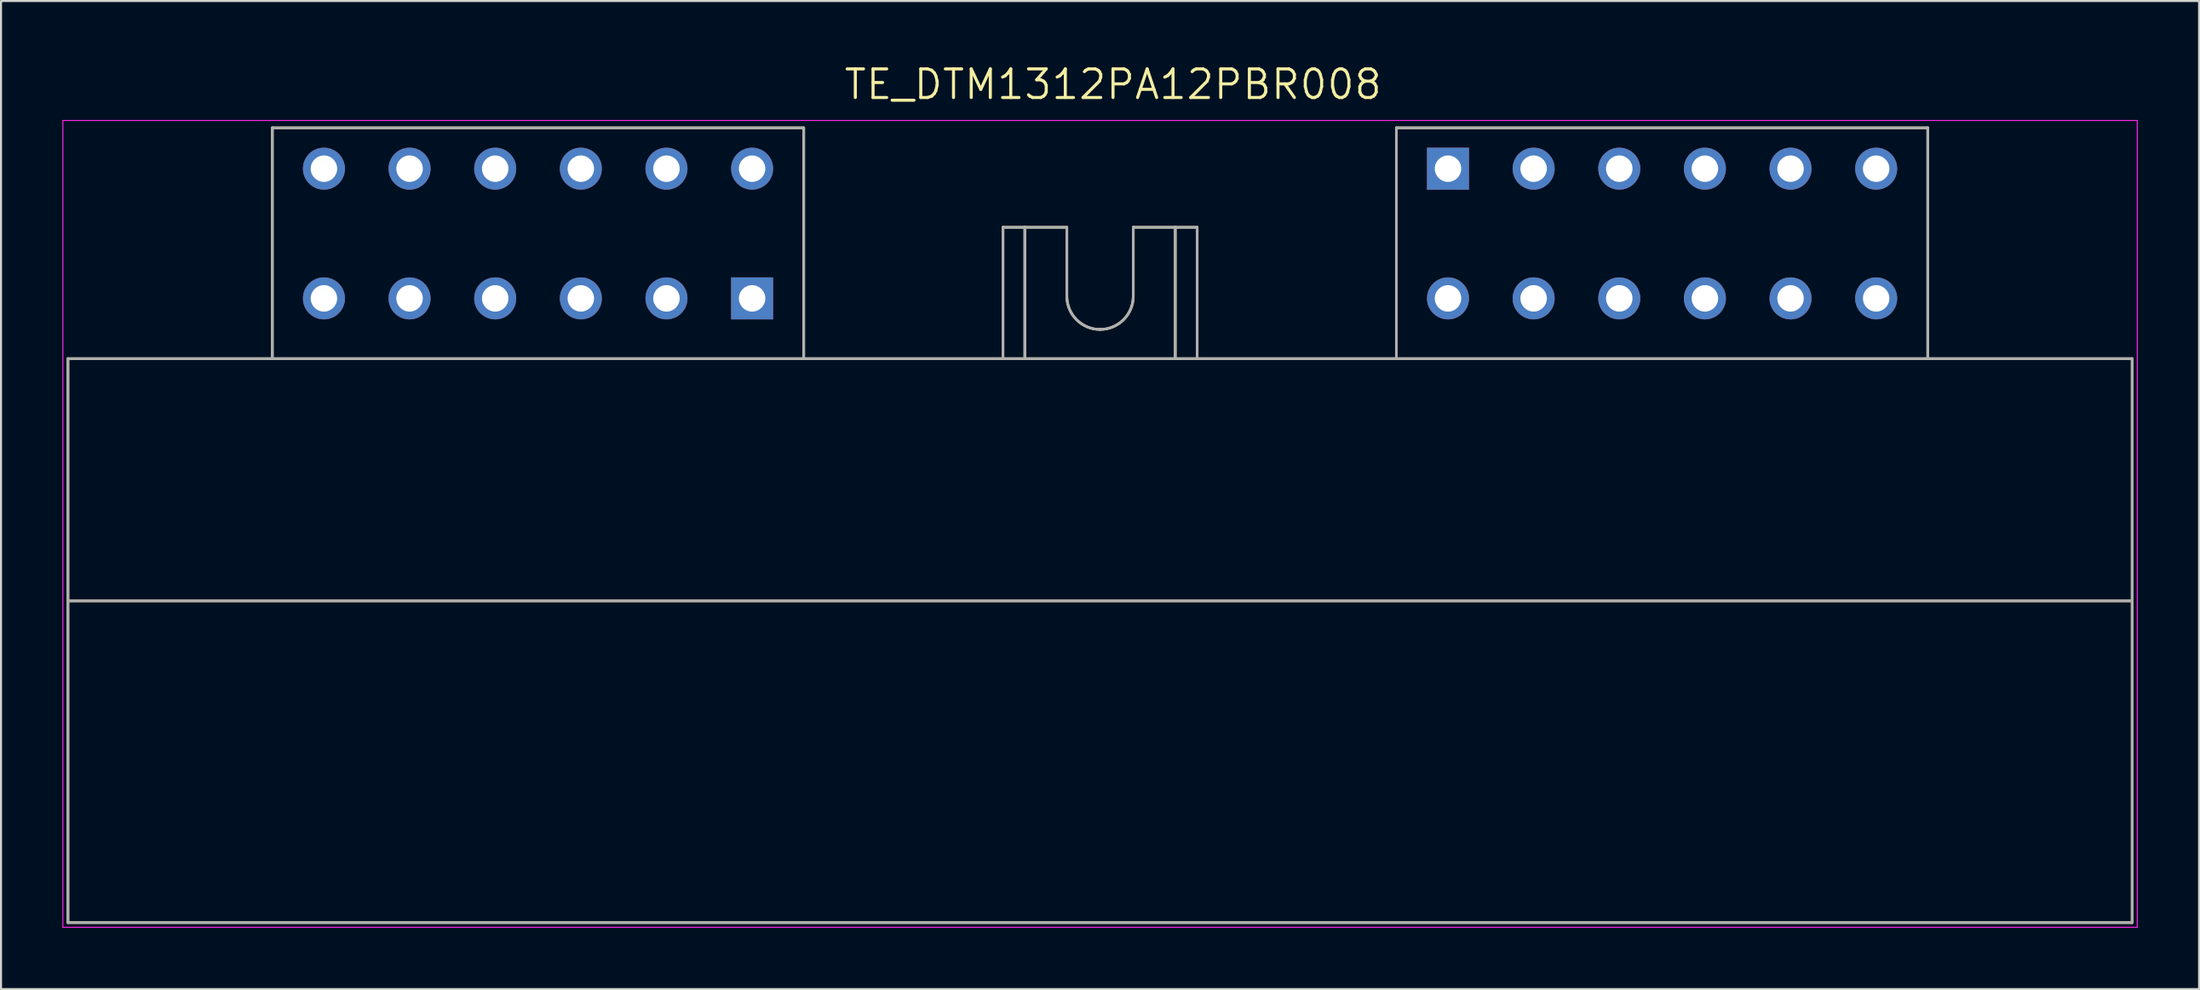
<source format=kicad_pcb>
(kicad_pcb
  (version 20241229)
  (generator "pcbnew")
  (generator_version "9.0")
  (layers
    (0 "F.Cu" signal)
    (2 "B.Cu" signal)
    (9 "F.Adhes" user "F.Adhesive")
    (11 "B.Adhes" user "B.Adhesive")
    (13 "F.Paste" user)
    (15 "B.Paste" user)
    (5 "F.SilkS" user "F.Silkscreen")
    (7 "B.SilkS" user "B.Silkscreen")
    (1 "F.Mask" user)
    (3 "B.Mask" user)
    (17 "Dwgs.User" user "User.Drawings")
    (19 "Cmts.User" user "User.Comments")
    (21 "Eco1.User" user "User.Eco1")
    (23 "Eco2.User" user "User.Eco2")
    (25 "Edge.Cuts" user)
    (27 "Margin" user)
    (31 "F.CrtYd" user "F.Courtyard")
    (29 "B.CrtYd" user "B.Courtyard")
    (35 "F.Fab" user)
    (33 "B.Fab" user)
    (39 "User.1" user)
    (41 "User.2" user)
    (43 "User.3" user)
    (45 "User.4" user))
  (footprint "TE_DTM1312PA12PBR008"
    (layer "F.Cu")
    (at 50.775 9.598)
    (property "Reference" "TE_DTM1312PA12PBR008" (at 0.635 -8.515 0) (layer "F.SilkS") (effects (font (size 1.401 1.401) (thickness 0.15))))
    (attr through_hole)
    (fp_line (start -50.5 4.91) (end -40.5 4.91) (stroke (width 0.127) (type solid)) (layer "F.SilkS"))
    (fp_line (start -50.5 16.77) (end -50.5 4.91) (stroke (width 0.127) (type solid)) (layer "F.SilkS"))
    (fp_line (start -50.5 16.77) (end -50.5 32.52) (stroke (width 0.127) (type solid)) (layer "F.SilkS"))
    (fp_line (start -50.5 32.52) (end 50.5 32.52) (stroke (width 0.127) (type solid)) (layer "F.SilkS"))
    (fp_line (start -40.5 -6.39) (end -14.5 -6.39) (stroke (width 0.127) (type solid)) (layer "F.SilkS"))
    (fp_line (start -40.5 4.91) (end -40.5 -6.39) (stroke (width 0.127) (type solid)) (layer "F.SilkS"))
    (fp_line (start -40.5 4.91) (end -14.5 4.91) (stroke (width 0.127) (type solid)) (layer "F.SilkS"))
    (fp_line (start -14.5 -6.39) (end -14.5 4.91) (stroke (width 0.127) (type solid)) (layer "F.SilkS"))
    (fp_line (start -14.5 4.91) (end -4.75 4.91) (stroke (width 0.127) (type solid)) (layer "F.SilkS"))
    (fp_line (start -4.75 -1.52) (end -3.68 -1.52) (stroke (width 0.127) (type solid)) (layer "F.SilkS"))
    (fp_line (start -4.75 4.91) (end -4.75 -1.52) (stroke (width 0.127) (type solid)) (layer "F.SilkS"))
    (fp_line (start -4.75 4.91) (end -3.68 4.91) (stroke (width 0.127) (type solid)) (layer "F.SilkS"))
    (fp_line (start -3.68 -1.52) (end -1.625 -1.52) (stroke (width 0.127) (type solid)) (layer "F.SilkS"))
    (fp_line (start -3.68 4.91) (end -3.68 -1.52) (stroke (width 0.127) (type solid)) (layer "F.SilkS"))
    (fp_line (start -3.68 4.91) (end 3.68 4.91) (stroke (width 0.127) (type solid)) (layer "F.SilkS"))
    (fp_line (start -1.625 -1.52) (end -1.625 1.855) (stroke (width 0.127) (type solid)) (layer "F.SilkS"))
    (fp_line (start 1.625 -1.52) (end 3.68 -1.52) (stroke (width 0.127) (type solid)) (layer "F.SilkS"))
    (fp_line (start 1.625 1.855) (end 1.625 -1.52) (stroke (width 0.127) (type solid)) (layer "F.SilkS"))
    (fp_line (start 3.68 -1.52) (end 4.75 -1.52) (stroke (width 0.127) (type solid)) (layer "F.SilkS"))
    (fp_line (start 3.68 4.91) (end 3.68 -1.52) (stroke (width 0.127) (type solid)) (layer "F.SilkS"))
    (fp_line (start 3.68 4.91) (end 4.75 4.91) (stroke (width 0.127) (type solid)) (layer "F.SilkS"))
    (fp_line (start 4.75 -1.52) (end 4.75 4.91) (stroke (width 0.127) (type solid)) (layer "F.SilkS"))
    (fp_line (start 4.75 4.91) (end 14.5 4.91) (stroke (width 0.127) (type solid)) (layer "F.SilkS"))
    (fp_line (start 14.5 -6.39) (end 40.5 -6.39) (stroke (width 0.127) (type solid)) (layer "F.SilkS"))
    (fp_line (start 14.5 4.91) (end 14.5 -6.39) (stroke (width 0.127) (type solid)) (layer "F.SilkS"))
    (fp_line (start 14.5 4.91) (end 40.5 4.91) (stroke (width 0.127) (type solid)) (layer "F.SilkS"))
    (fp_line (start 40.5 -6.39) (end 40.5 4.91) (stroke (width 0.127) (type solid)) (layer "F.SilkS"))
    (fp_line (start 40.5 4.91) (end 50.5 4.91) (stroke (width 0.127) (type solid)) (layer "F.SilkS"))
    (fp_line (start 50.5 4.91) (end 50.5 16.77) (stroke (width 0.127) (type solid)) (layer "F.SilkS"))
    (fp_line (start 50.5 16.77) (end -50.5 16.77) (stroke (width 0.127) (type solid)) (layer "F.SilkS"))
    (fp_line (start 50.5 32.52) (end 50.5 16.77) (stroke (width 0.127) (type solid)) (layer "F.SilkS"))
    (fp_arc (start 0 3.48) (mid -1.149049 3.004049) (end -1.625 1.855) (stroke (width 0.127) (type solid)) (layer "F.SilkS"))
    (fp_arc (start 1.625 1.855) (mid 1.149049 3.004049) (end 0 3.48) (stroke (width 0.127) (type solid)) (layer "F.SilkS"))
    (fp_line (start -50.75 -6.75) (end -50.75 32.75) (stroke (width 0.05) (type solid)) (layer "F.CrtYd"))
    (fp_line (start -50.75 32.75) (end 50.75 32.75) (stroke (width 0.05) (type solid)) (layer "F.CrtYd"))
    (fp_line (start 50.75 -6.75) (end -50.75 -6.75) (stroke (width 0.05) (type solid)) (layer "F.CrtYd"))
    (fp_line (start 50.75 32.75) (end 50.75 -6.75) (stroke (width 0.05) (type solid)) (layer "F.CrtYd"))
    (fp_line (start -50.5 4.91) (end -40.5 4.91) (stroke (width 0.127) (type solid)) (layer "F.Fab"))
    (fp_line (start -50.5 16.77) (end -50.5 4.91) (stroke (width 0.127) (type solid)) (layer "F.Fab"))
    (fp_line (start -50.5 16.77) (end -50.5 32.52) (stroke (width 0.127) (type solid)) (layer "F.Fab"))
    (fp_line (start -50.5 32.52) (end 50.5 32.52) (stroke (width 0.127) (type solid)) (layer "F.Fab"))
    (fp_line (start -40.5 -6.39) (end -14.5 -6.39) (stroke (width 0.127) (type solid)) (layer "F.Fab"))
    (fp_line (start -40.5 4.91) (end -40.5 -6.39) (stroke (width 0.127) (type solid)) (layer "F.Fab"))
    (fp_line (start -40.5 4.91) (end -14.5 4.91) (stroke (width 0.127) (type solid)) (layer "F.Fab"))
    (fp_line (start -14.5 -6.39) (end -14.5 4.91) (stroke (width 0.127) (type solid)) (layer "F.Fab"))
    (fp_line (start -14.5 4.91) (end -4.75 4.91) (stroke (width 0.127) (type solid)) (layer "F.Fab"))
    (fp_line (start -4.75 -1.52) (end -3.68 -1.52) (stroke (width 0.127) (type solid)) (layer "F.Fab"))
    (fp_line (start -4.75 4.91) (end -4.75 -1.52) (stroke (width 0.127) (type solid)) (layer "F.Fab"))
    (fp_line (start -4.75 4.91) (end -3.68 4.91) (stroke (width 0.127) (type solid)) (layer "F.Fab"))
    (fp_line (start -3.68 -1.52) (end -1.625 -1.52) (stroke (width 0.127) (type solid)) (layer "F.Fab"))
    (fp_line (start -3.68 4.91) (end -3.68 -1.52) (stroke (width 0.127) (type solid)) (layer "F.Fab"))
    (fp_line (start -3.68 4.91) (end 3.68 4.91) (stroke (width 0.127) (type solid)) (layer "F.Fab"))
    (fp_line (start -1.625 -1.52) (end -1.625 1.855) (stroke (width 0.127) (type solid)) (layer "F.Fab"))
    (fp_line (start 1.625 -1.52) (end 3.68 -1.52) (stroke (width 0.127) (type solid)) (layer "F.Fab"))
    (fp_line (start 1.625 1.855) (end 1.625 -1.52) (stroke (width 0.127) (type solid)) (layer "F.Fab"))
    (fp_line (start 3.68 -1.52) (end 4.75 -1.52) (stroke (width 0.127) (type solid)) (layer "F.Fab"))
    (fp_line (start 3.68 4.91) (end 3.68 -1.52) (stroke (width 0.127) (type solid)) (layer "F.Fab"))
    (fp_line (start 3.68 4.91) (end 4.75 4.91) (stroke (width 0.127) (type solid)) (layer "F.Fab"))
    (fp_line (start 4.75 -1.52) (end 4.75 4.91) (stroke (width 0.127) (type solid)) (layer "F.Fab"))
    (fp_line (start 4.75 4.91) (end 14.5 4.91) (stroke (width 0.127) (type solid)) (layer "F.Fab"))
    (fp_line (start 14.5 -6.39) (end 40.5 -6.39) (stroke (width 0.127) (type solid)) (layer "F.Fab"))
    (fp_line (start 14.5 4.91) (end 14.5 -6.39) (stroke (width 0.127) (type solid)) (layer "F.Fab"))
    (fp_line (start 14.5 4.91) (end 40.5 4.91) (stroke (width 0.127) (type solid)) (layer "F.Fab"))
    (fp_line (start 40.5 -6.39) (end 40.5 4.91) (stroke (width 0.127) (type solid)) (layer "F.Fab"))
    (fp_line (start 40.5 4.91) (end 50.5 4.91) (stroke (width 0.127) (type solid)) (layer "F.Fab"))
    (fp_line (start 50.5 4.91) (end 50.5 16.77) (stroke (width 0.127) (type solid)) (layer "F.Fab"))
    (fp_line (start 50.5 16.77) (end -50.5 16.77) (stroke (width 0.127) (type solid)) (layer "F.Fab"))
    (fp_line (start 50.5 32.52) (end 50.5 16.77) (stroke (width 0.127) (type solid)) (layer "F.Fab"))
    (fp_arc (start 0 3.48) (mid -1.149049 3.004049) (end -1.625 1.855) (stroke (width 0.127) (type solid)) (layer "F.Fab"))
    (fp_arc (start 1.625 1.855) (mid 1.149049 3.004049) (end 0 3.48) (stroke (width 0.127) (type solid)) (layer "F.Fab"))
    (fp_circle (center -17 2) (end -16.8 2) (stroke (width 0.4) (type solid)) (fill no) (layer "F.Fab"))
    (pad "A1" thru_hole rect (at -17.025 1.96) (size 2.056 2.056) (drill 1.294) (layers "*.Cu" "*.Mask"))
    (pad "A2" thru_hole circle (at -21.215 1.96) (size 2.056 2.056) (drill 1.294) (layers "*.Cu" "*.Mask"))
    (pad "A3" thru_hole circle (at -25.405 1.96) (size 2.056 2.056) (drill 1.294) (layers "*.Cu" "*.Mask"))
    (pad "A4" thru_hole circle (at -29.595 1.96) (size 2.056 2.056) (drill 1.294) (layers "*.Cu" "*.Mask"))
    (pad "A5" thru_hole circle (at -33.785 1.96) (size 2.056 2.056) (drill 1.294) (layers "*.Cu" "*.Mask"))
    (pad "A6" thru_hole circle (at -37.975 1.96) (size 2.056 2.056) (drill 1.294) (layers "*.Cu" "*.Mask"))
    (pad "A7" thru_hole circle (at -37.975 -4.39) (size 2.056 2.056) (drill 1.294) (layers "*.Cu" "*.Mask"))
    (pad "A8" thru_hole circle (at -33.785 -4.39) (size 2.056 2.056) (drill 1.294) (layers "*.Cu" "*.Mask"))
    (pad "A9" thru_hole circle (at -29.595 -4.39) (size 2.056 2.056) (drill 1.294) (layers "*.Cu" "*.Mask"))
    (pad "A10" thru_hole circle (at -25.405 -4.39) (size 2.056 2.056) (drill 1.294) (layers "*.Cu" "*.Mask"))
    (pad "A11" thru_hole circle (at -21.215 -4.39) (size 2.056 2.056) (drill 1.294) (layers "*.Cu" "*.Mask"))
    (pad "A12" thru_hole circle (at -17.025 -4.39) (size 2.056 2.056) (drill 1.294) (layers "*.Cu" "*.Mask"))
    (pad "B1" thru_hole rect (at 17.025 -4.39) (size 2.056 2.056) (drill 1.294) (layers "*.Cu" "*.Mask"))
    (pad "B2" thru_hole circle (at 21.215 -4.39) (size 2.056 2.056) (drill 1.294) (layers "*.Cu" "*.Mask"))
    (pad "B3" thru_hole circle (at 25.405 -4.39) (size 2.056 2.056) (drill 1.294) (layers "*.Cu" "*.Mask"))
    (pad "B4" thru_hole circle (at 29.595 -4.39) (size 2.056 2.056) (drill 1.294) (layers "*.Cu" "*.Mask"))
    (pad "B5" thru_hole circle (at 33.785 -4.39) (size 2.056 2.056) (drill 1.294) (layers "*.Cu" "*.Mask"))
    (pad "B6" thru_hole circle (at 37.975 -4.39) (size 2.056 2.056) (drill 1.294) (layers "*.Cu" "*.Mask"))
    (pad "B7" thru_hole circle (at 37.975 1.96) (size 2.056 2.056) (drill 1.294) (layers "*.Cu" "*.Mask"))
    (pad "B8" thru_hole circle (at 33.785 1.96) (size 2.056 2.056) (drill 1.294) (layers "*.Cu" "*.Mask"))
    (pad "B9" thru_hole circle (at 29.595 1.96) (size 2.056 2.056) (drill 1.294) (layers "*.Cu" "*.Mask"))
    (pad "B10" thru_hole circle (at 25.405 1.96) (size 2.056 2.056) (drill 1.294) (layers "*.Cu" "*.Mask"))
    (pad "B11" thru_hole circle (at 21.215 1.96) (size 2.056 2.056) (drill 1.294) (layers "*.Cu" "*.Mask"))
    (pad "B12" thru_hole circle (at 17.025 1.96) (size 2.056 2.056) (drill 1.294) (layers "*.Cu" "*.Mask")))
  (gr_rect
    (start -3 -3)
    (end 104.55 45.373)
    (stroke (width 0.1) (type default))
    (fill no)
    (layer "Edge.Cuts")))
</source>
